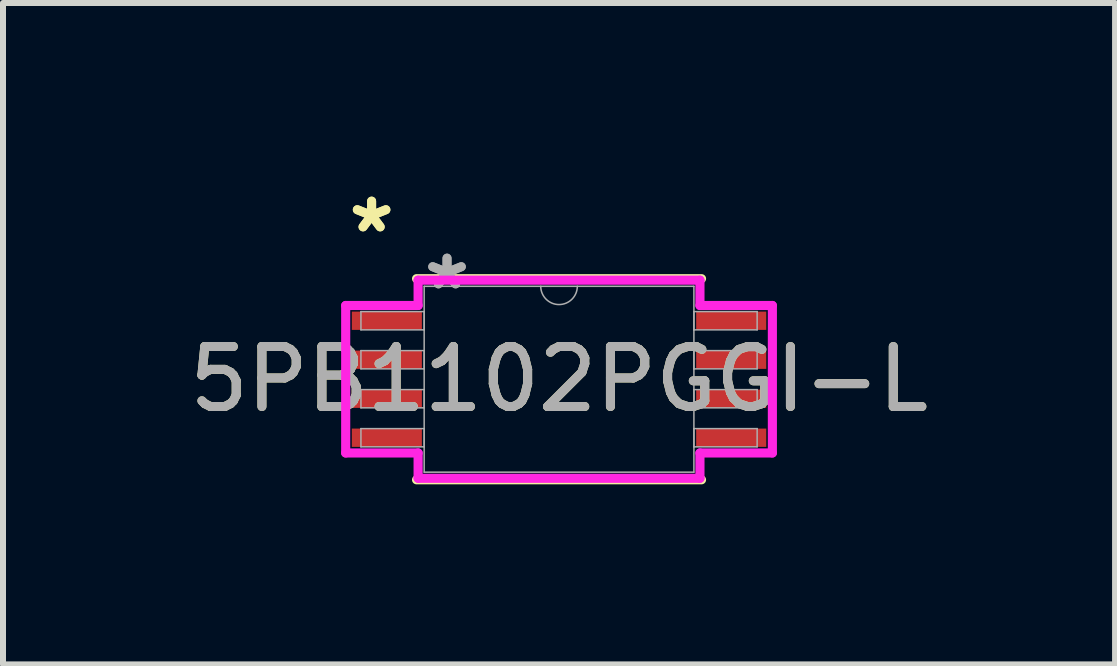
<source format=kicad_pcb>
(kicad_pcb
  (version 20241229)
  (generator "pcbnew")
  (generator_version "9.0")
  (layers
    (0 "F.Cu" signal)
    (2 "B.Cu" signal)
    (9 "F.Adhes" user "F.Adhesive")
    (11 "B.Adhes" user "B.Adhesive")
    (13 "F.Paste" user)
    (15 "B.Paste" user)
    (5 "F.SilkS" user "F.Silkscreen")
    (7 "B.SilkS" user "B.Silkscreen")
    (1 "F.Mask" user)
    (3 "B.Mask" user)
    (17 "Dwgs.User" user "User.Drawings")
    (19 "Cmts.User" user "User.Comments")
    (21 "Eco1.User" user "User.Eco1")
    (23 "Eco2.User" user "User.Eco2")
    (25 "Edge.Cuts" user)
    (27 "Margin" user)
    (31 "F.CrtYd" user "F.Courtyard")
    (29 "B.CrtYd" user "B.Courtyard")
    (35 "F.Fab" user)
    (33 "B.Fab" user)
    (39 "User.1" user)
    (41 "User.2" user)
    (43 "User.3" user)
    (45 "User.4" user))
  (footprint "5PB1102PGGI-L"
    (layer "F.Cu")
    (at 6.268 3.271)
    (property "Reference" "5PB1102PGGI-L" (at 0 0 0) (unlocked yes) (layer "F.SilkS") (effects (font (size 1 1) (thickness 0.15))))
    (attr smd)
    (fp_line (start -2.375 1.676) (end 2.375 1.676) (stroke (width 0.152) (type solid)) (layer "F.SilkS"))
    (fp_line (start 2.375 -1.676) (end -2.375 -1.676) (stroke (width 0.152) (type solid)) (layer "F.SilkS"))
    (fp_line (start -3.556 -1.229) (end -2.349 -1.229) (stroke (width 0.152) (type solid)) (layer "F.CrtYd"))
    (fp_line (start -3.556 1.229) (end -3.556 -1.229) (stroke (width 0.152) (type solid)) (layer "F.CrtYd"))
    (fp_line (start -3.556 1.229) (end -2.349 1.229) (stroke (width 0.152) (type solid)) (layer "F.CrtYd"))
    (fp_line (start -2.349 -1.651) (end 2.349 -1.651) (stroke (width 0.152) (type solid)) (layer "F.CrtYd"))
    (fp_line (start -2.349 -1.229) (end -2.349 -1.651) (stroke (width 0.152) (type solid)) (layer "F.CrtYd"))
    (fp_line (start -2.349 1.651) (end -2.349 1.229) (stroke (width 0.152) (type solid)) (layer "F.CrtYd"))
    (fp_line (start 2.349 -1.651) (end 2.349 -1.229) (stroke (width 0.152) (type solid)) (layer "F.CrtYd"))
    (fp_line (start 2.349 1.229) (end 2.349 1.651) (stroke (width 0.152) (type solid)) (layer "F.CrtYd"))
    (fp_line (start 2.349 1.651) (end -2.349 1.651) (stroke (width 0.152) (type solid)) (layer "F.CrtYd"))
    (fp_line (start 3.556 -1.229) (end 2.349 -1.229) (stroke (width 0.152) (type solid)) (layer "F.CrtYd"))
    (fp_line (start 3.556 -1.229) (end 3.556 1.229) (stroke (width 0.152) (type solid)) (layer "F.CrtYd"))
    (fp_line (start 3.556 1.229) (end 2.349 1.229) (stroke (width 0.152) (type solid)) (layer "F.CrtYd"))
    (fp_line (start -3.302 -1.127) (end -3.302 -0.823) (stroke (width 0.025) (type solid)) (layer "F.Fab"))
    (fp_line (start -3.302 -0.823) (end -2.248 -0.823) (stroke (width 0.025) (type solid)) (layer "F.Fab"))
    (fp_line (start -3.302 -0.477) (end -3.302 -0.173) (stroke (width 0.025) (type solid)) (layer "F.Fab"))
    (fp_line (start -3.302 -0.173) (end -2.248 -0.173) (stroke (width 0.025) (type solid)) (layer "F.Fab"))
    (fp_line (start -3.302 0.173) (end -3.302 0.477) (stroke (width 0.025) (type solid)) (layer "F.Fab"))
    (fp_line (start -3.302 0.477) (end -2.248 0.477) (stroke (width 0.025) (type solid)) (layer "F.Fab"))
    (fp_line (start -3.302 0.823) (end -3.302 1.127) (stroke (width 0.025) (type solid)) (layer "F.Fab"))
    (fp_line (start -3.302 1.127) (end -2.248 1.127) (stroke (width 0.025) (type solid)) (layer "F.Fab"))
    (fp_line (start -2.248 -1.549) (end -2.248 1.549) (stroke (width 0.025) (type solid)) (layer "F.Fab"))
    (fp_line (start -2.248 -1.127) (end -3.302 -1.127) (stroke (width 0.025) (type solid)) (layer "F.Fab"))
    (fp_line (start -2.248 -0.823) (end -2.248 -1.127) (stroke (width 0.025) (type solid)) (layer "F.Fab"))
    (fp_line (start -2.248 -0.477) (end -3.302 -0.477) (stroke (width 0.025) (type solid)) (layer "F.Fab"))
    (fp_line (start -2.248 -0.173) (end -2.248 -0.477) (stroke (width 0.025) (type solid)) (layer "F.Fab"))
    (fp_line (start -2.248 0.173) (end -3.302 0.173) (stroke (width 0.025) (type solid)) (layer "F.Fab"))
    (fp_line (start -2.248 0.477) (end -2.248 0.173) (stroke (width 0.025) (type solid)) (layer "F.Fab"))
    (fp_line (start -2.248 0.823) (end -3.302 0.823) (stroke (width 0.025) (type solid)) (layer "F.Fab"))
    (fp_line (start -2.248 1.127) (end -2.248 0.823) (stroke (width 0.025) (type solid)) (layer "F.Fab"))
    (fp_line (start -2.248 1.549) (end 2.248 1.549) (stroke (width 0.025) (type solid)) (layer "F.Fab"))
    (fp_line (start 2.248 -1.549) (end -2.248 -1.549) (stroke (width 0.025) (type solid)) (layer "F.Fab"))
    (fp_line (start 2.248 -1.127) (end 2.248 -0.823) (stroke (width 0.025) (type solid)) (layer "F.Fab"))
    (fp_line (start 2.248 -0.823) (end 3.302 -0.823) (stroke (width 0.025) (type solid)) (layer "F.Fab"))
    (fp_line (start 2.248 -0.477) (end 2.248 -0.173) (stroke (width 0.025) (type solid)) (layer "F.Fab"))
    (fp_line (start 2.248 -0.173) (end 3.302 -0.173) (stroke (width 0.025) (type solid)) (layer "F.Fab"))
    (fp_line (start 2.248 0.173) (end 2.248 0.477) (stroke (width 0.025) (type solid)) (layer "F.Fab"))
    (fp_line (start 2.248 0.477) (end 3.302 0.477) (stroke (width 0.025) (type solid)) (layer "F.Fab"))
    (fp_line (start 2.248 0.823) (end 2.248 1.127) (stroke (width 0.025) (type solid)) (layer "F.Fab"))
    (fp_line (start 2.248 1.127) (end 3.302 1.127) (stroke (width 0.025) (type solid)) (layer "F.Fab"))
    (fp_line (start 2.248 1.549) (end 2.248 -1.549) (stroke (width 0.025) (type solid)) (layer "F.Fab"))
    (fp_line (start 3.302 -1.127) (end 2.248 -1.127) (stroke (width 0.025) (type solid)) (layer "F.Fab"))
    (fp_line (start 3.302 -0.823) (end 3.302 -1.127) (stroke (width 0.025) (type solid)) (layer "F.Fab"))
    (fp_line (start 3.302 -0.477) (end 2.248 -0.477) (stroke (width 0.025) (type solid)) (layer "F.Fab"))
    (fp_line (start 3.302 -0.173) (end 3.302 -0.477) (stroke (width 0.025) (type solid)) (layer "F.Fab"))
    (fp_line (start 3.302 0.173) (end 2.248 0.173) (stroke (width 0.025) (type solid)) (layer "F.Fab"))
    (fp_line (start 3.302 0.477) (end 3.302 0.173) (stroke (width 0.025) (type solid)) (layer "F.Fab"))
    (fp_line (start 3.302 0.823) (end 2.248 0.823) (stroke (width 0.025) (type solid)) (layer "F.Fab"))
    (fp_line (start 3.302 1.127) (end 3.302 0.823) (stroke (width 0.025) (type solid)) (layer "F.Fab"))
    (fp_arc (start 0.3048 -1.5494) (mid 0 -1.2446) (end -0.3048 -1.5494) (stroke (width 0.0254) (type solid)) (layer "F.Fab"))
    (fp_text user "*" (at -3.124 -2.423 0) (layer "F.SilkS") (effects (font (size 1 1) (thickness 0.15))))
    (fp_text user "*" (at -3.124 -2.423 0) (unlocked yes) (layer "F.SilkS") (effects (font (size 1 1) (thickness 0.15))))
    (fp_text user "*" (at -1.867 -1.473 0) (layer "F.Fab") (effects (font (size 1 1) (thickness 0.15))))
    (fp_text user "${REFERENCE}" (at 0 0 0) (unlocked yes) (layer "F.Fab") (effects (font (size 1 1) (thickness 0.15))))
    (fp_text user "*" (at -1.867 -1.473 0) (unlocked yes) (layer "F.Fab") (effects (font (size 1 1) (thickness 0.15))))
    (pad "1" smd rect (at -2.87 -0.975) (size 1.168 0.305) (layers "F.Cu" "F.Mask" "F.Paste"))
    (pad "2" smd rect (at -2.87 -0.325) (size 1.168 0.305) (layers "F.Cu" "F.Mask" "F.Paste"))
    (pad "3" smd rect (at -2.87 0.325) (size 1.168 0.305) (layers "F.Cu" "F.Mask" "F.Paste"))
    (pad "4" smd rect (at -2.87 0.975) (size 1.168 0.305) (layers "F.Cu" "F.Mask" "F.Paste"))
    (pad "5" smd rect (at 2.87 0.975) (size 1.168 0.305) (layers "F.Cu" "F.Mask" "F.Paste"))
    (pad "6" smd rect (at 2.87 0.325) (size 1.168 0.305) (layers "F.Cu" "F.Mask" "F.Paste"))
    (pad "7" smd rect (at 2.87 -0.325) (size 1.168 0.305) (layers "F.Cu" "F.Mask" "F.Paste"))
    (pad "8" smd rect (at 2.87 -0.975) (size 1.168 0.305) (layers "F.Cu" "F.Mask" "F.Paste")))
  (gr_rect
    (start -3 -3)
    (end 15.536 8.024)
    (stroke (width 0.1) (type default))
    (fill no)
    (layer "Edge.Cuts")))
</source>
